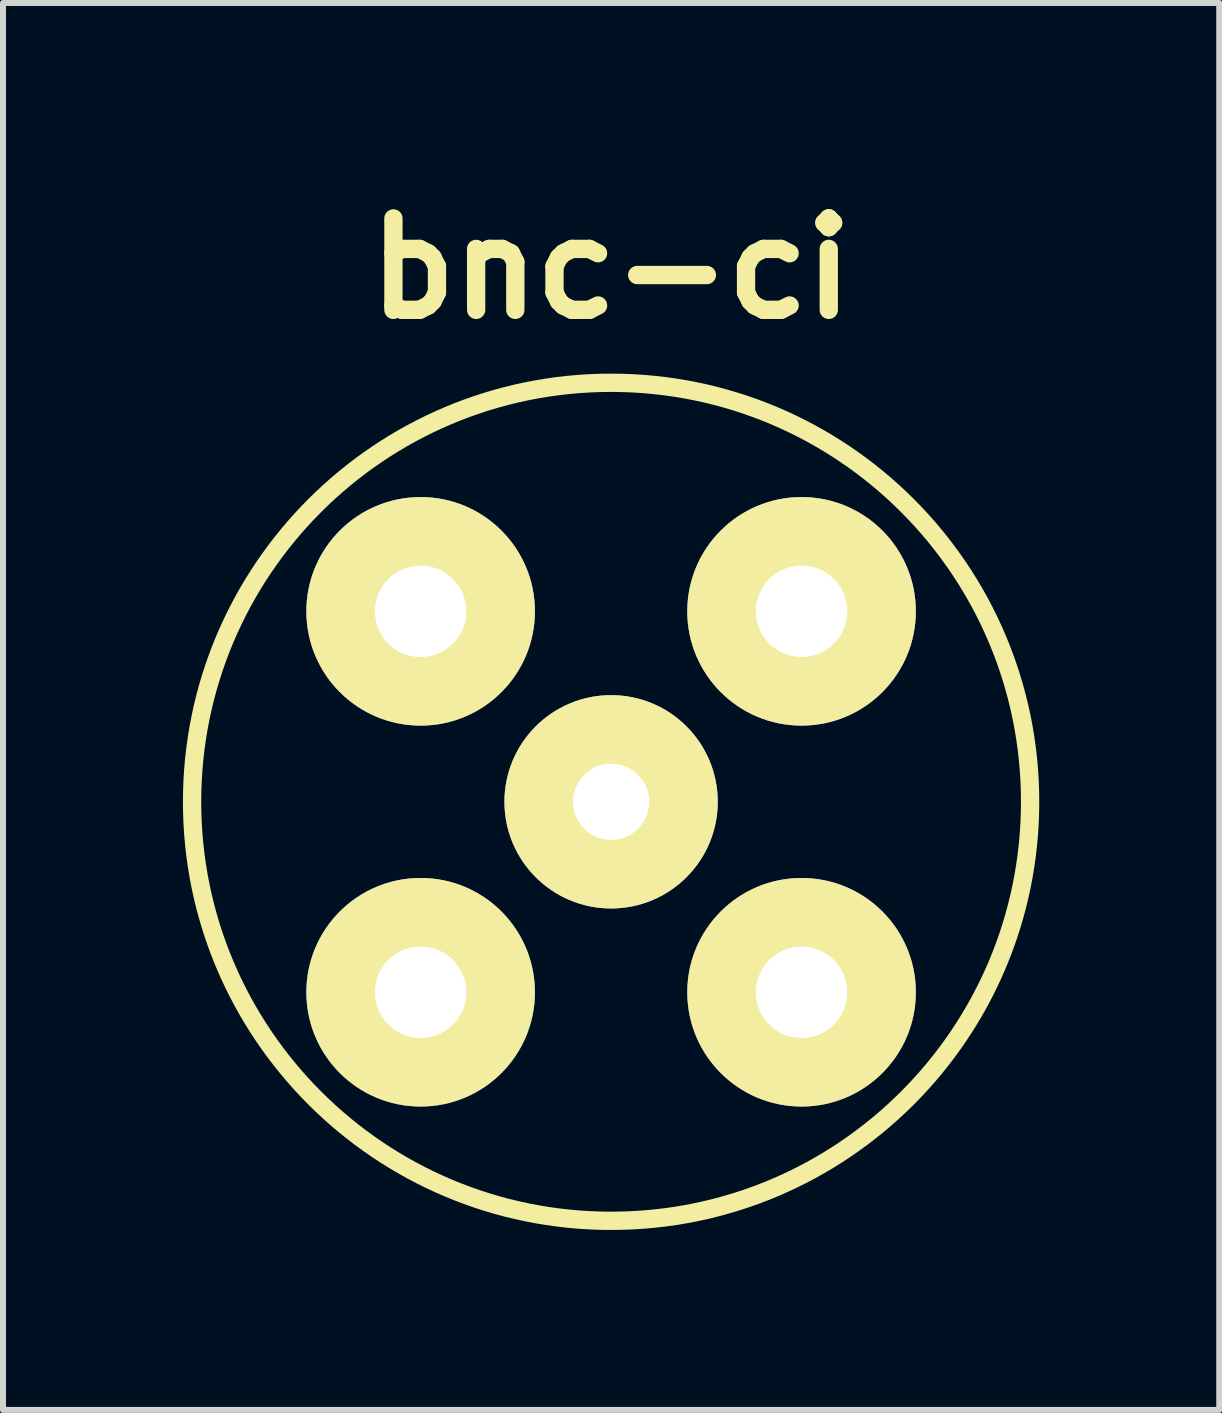
<source format=kicad_pcb>
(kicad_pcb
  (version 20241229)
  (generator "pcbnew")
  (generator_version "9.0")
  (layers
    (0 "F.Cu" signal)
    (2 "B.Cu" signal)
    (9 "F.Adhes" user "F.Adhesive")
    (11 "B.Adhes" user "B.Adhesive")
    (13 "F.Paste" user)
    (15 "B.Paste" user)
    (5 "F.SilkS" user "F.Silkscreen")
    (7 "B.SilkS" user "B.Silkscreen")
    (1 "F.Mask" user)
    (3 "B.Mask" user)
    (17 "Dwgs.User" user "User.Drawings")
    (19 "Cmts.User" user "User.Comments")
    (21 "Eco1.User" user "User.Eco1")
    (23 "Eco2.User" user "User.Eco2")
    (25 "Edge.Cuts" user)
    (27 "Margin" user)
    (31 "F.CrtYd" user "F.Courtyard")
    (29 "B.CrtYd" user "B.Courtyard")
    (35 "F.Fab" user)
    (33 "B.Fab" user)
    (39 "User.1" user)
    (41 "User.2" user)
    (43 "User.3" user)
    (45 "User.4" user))
  (footprint "bnc-ci"
    (layer "F.Cu")
    (at 7.137 10.316)
    (property "Reference" "bnc-ci" (at 0 -8.89 0) (layer "F.SilkS") (effects (font (size 1.524 1.524) (thickness 0.305))))
    (attr through_hole)
    (fp_circle (center 0 0) (end -6.985 0) (stroke (width 0.305) (type solid)) (fill no) (layer "F.SilkS"))
    (pad "1" thru_hole circle (at 0 0) (size 3.556 3.556) (drill 1.27) (layers "*.Cu" "*.Mask" "F.SilkS"))
    (pad "2" thru_hole circle (at -3.175 -3.175) (size 3.81 3.81) (drill 1.524) (layers "*.Cu" "*.Mask" "F.SilkS"))
    (pad "2" thru_hole circle (at -3.175 3.175) (size 3.81 3.81) (drill 1.524) (layers "*.Cu" "*.Mask" "F.SilkS"))
    (pad "2" thru_hole circle (at 3.175 -3.175) (size 3.81 3.81) (drill 1.524) (layers "*.Cu" "*.Mask" "F.SilkS"))
    (pad "2" thru_hole circle (at 3.175 3.175) (size 3.81 3.81) (drill 1.524) (layers "*.Cu" "*.Mask" "F.SilkS")))
  (gr_rect
    (start -3 -3)
    (end 17.275 20.454)
    (stroke (width 0.1) (type default))
    (fill no)
    (layer "Edge.Cuts")))
</source>
